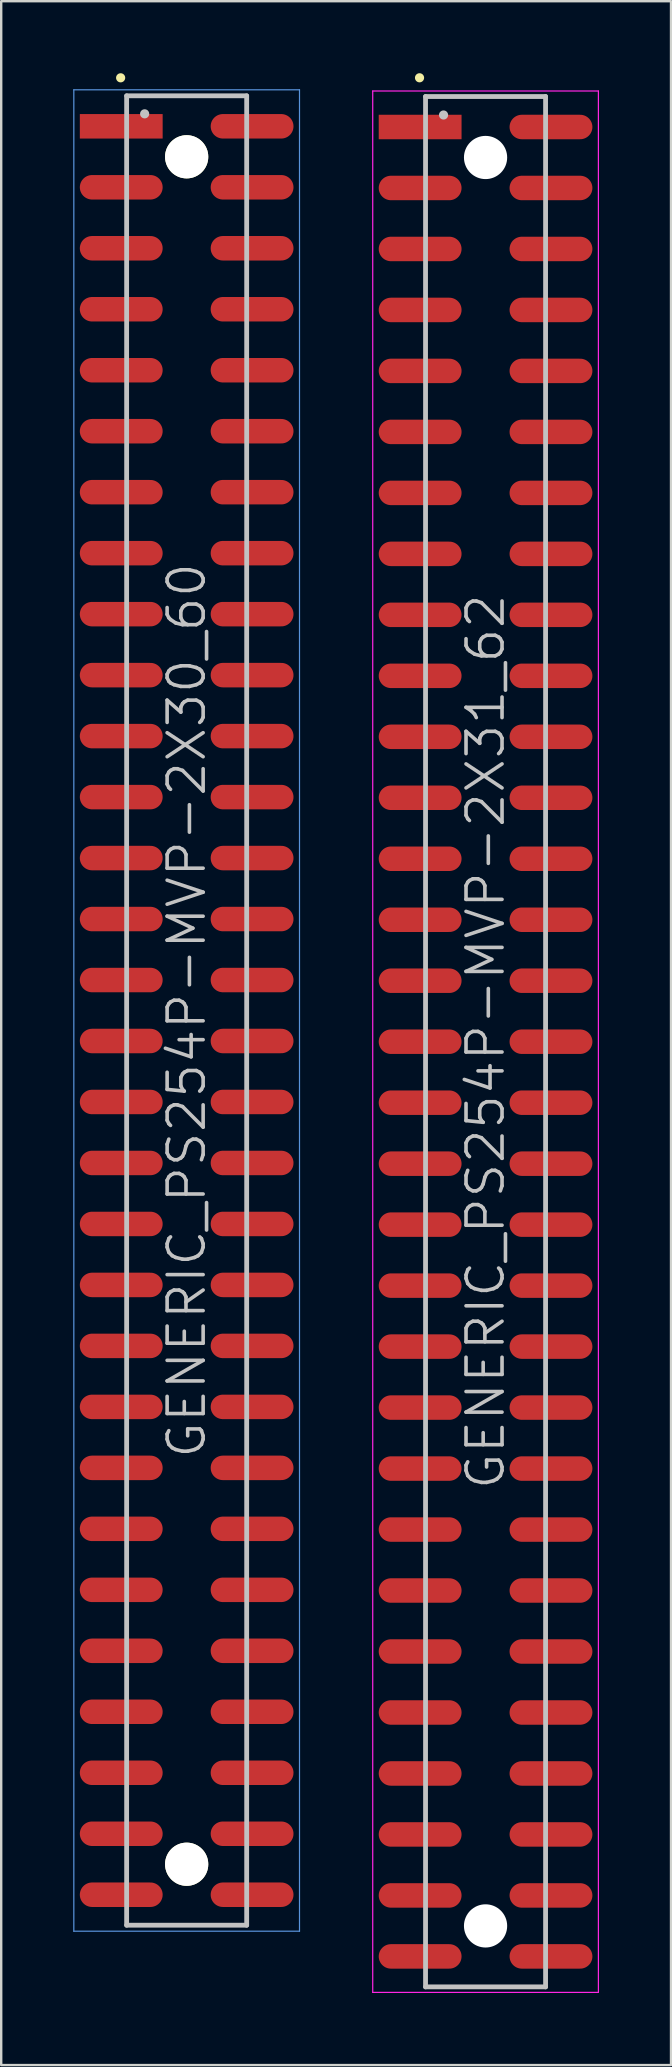
<source format=kicad_pcb>
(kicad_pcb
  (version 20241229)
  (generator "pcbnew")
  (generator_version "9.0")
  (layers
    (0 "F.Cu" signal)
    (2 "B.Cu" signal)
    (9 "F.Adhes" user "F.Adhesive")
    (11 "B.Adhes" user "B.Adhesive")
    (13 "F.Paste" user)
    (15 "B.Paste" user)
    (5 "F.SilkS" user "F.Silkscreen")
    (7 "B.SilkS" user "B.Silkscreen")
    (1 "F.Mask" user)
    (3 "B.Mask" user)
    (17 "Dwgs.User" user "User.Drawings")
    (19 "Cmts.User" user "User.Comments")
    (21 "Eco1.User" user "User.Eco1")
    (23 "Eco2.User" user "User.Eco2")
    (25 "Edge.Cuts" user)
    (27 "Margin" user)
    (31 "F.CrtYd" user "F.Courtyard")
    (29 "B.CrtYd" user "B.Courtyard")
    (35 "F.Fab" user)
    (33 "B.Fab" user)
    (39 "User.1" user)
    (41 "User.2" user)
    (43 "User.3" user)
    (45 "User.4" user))
  (footprint "GENERIC_PS254P-MVP-2X31_62"
    (layer "F.Cu")
    (at 17.175 40.34)
    (property "Reference" "GENERIC_PS254P-MVP-2X31_62" (at 0 0 90) (layer "Dwgs.User") (effects (font (size 1.5 1.5) (thickness 0.15))))
    (attr smd)
    (fp_line (start -2.75 -40.15) (end -2.75 -40.15) (stroke (width 0.381) (type solid)) (layer "F.SilkS"))
    (fp_line (start -2.5 -39.37) (end -2.5 39.37) (stroke (width 0.2) (type solid)) (layer "Dwgs.User"))
    (fp_line (start -2.5 -39.37) (end 2.5 -39.37) (stroke (width 0.2) (type solid)) (layer "Dwgs.User"))
    (fp_line (start -2.5 39.37) (end 2.5 39.37) (stroke (width 0.2) (type solid)) (layer "Dwgs.User"))
    (fp_line (start -1.75 -38.6) (end -1.75 -38.6) (stroke (width 0.381) (type solid)) (layer "Dwgs.User"))
    (fp_line (start 2.5 -39.37) (end 2.5 39.37) (stroke (width 0.2) (type solid)) (layer "Dwgs.User"))
    (fp_line (start -4.7 -39.6) (end -4.7 39.6) (stroke (width 0.05) (type solid)) (layer "F.CrtYd"))
    (fp_line (start -4.7 -39.6) (end 4.7 -39.6) (stroke (width 0.05) (type solid)) (layer "F.CrtYd"))
    (fp_line (start -4.7 39.6) (end 4.7 39.6) (stroke (width 0.05) (type solid)) (layer "F.CrtYd"))
    (fp_line (start 4.7 -39.6) (end 4.7 39.6) (stroke (width 0.05) (type solid)) (layer "F.CrtYd"))
    (pad "" np_thru_hole circle (at 0 -36.83 270) (size 1.8 1.8) (drill 1.8) (layers "*.Cu" "*.Mask"))
    (pad "" np_thru_hole circle (at 0 36.83 270) (size 1.8 1.8) (drill 1.8) (layers "*.Cu" "*.Mask"))
    (pad "1" smd rect (at -2.725 -38.1 270) (size 1.02 3.45) (layers "F.Cu" "F.Mask" "F.Paste"))
    (pad "2" smd oval (at 2.725 -38.1 270) (size 1.02 3.45) (layers "F.Cu" "F.Mask" "F.Paste"))
    (pad "3" smd oval (at -2.725 -35.56 270) (size 1.02 3.45) (layers "F.Cu" "F.Mask" "F.Paste"))
    (pad "4" smd oval (at 2.725 -35.56 270) (size 1.02 3.45) (layers "F.Cu" "F.Mask" "F.Paste"))
    (pad "5" smd oval (at -2.725 -33.02 270) (size 1.02 3.45) (layers "F.Cu" "F.Mask" "F.Paste"))
    (pad "6" smd oval (at 2.725 -33.02 270) (size 1.02 3.45) (layers "F.Cu" "F.Mask" "F.Paste"))
    (pad "7" smd oval (at -2.725 -30.48 270) (size 1.02 3.45) (layers "F.Cu" "F.Mask" "F.Paste"))
    (pad "8" smd oval (at 2.725 -30.48 270) (size 1.02 3.45) (layers "F.Cu" "F.Mask" "F.Paste"))
    (pad "9" smd oval (at -2.725 -27.94 270) (size 1.02 3.45) (layers "F.Cu" "F.Mask" "F.Paste"))
    (pad "10" smd oval (at 2.725 -27.94 270) (size 1.02 3.45) (layers "F.Cu" "F.Mask" "F.Paste"))
    (pad "11" smd oval (at -2.725 -25.4 270) (size 1.02 3.45) (layers "F.Cu" "F.Mask" "F.Paste"))
    (pad "12" smd oval (at 2.725 -25.4 270) (size 1.02 3.45) (layers "F.Cu" "F.Mask" "F.Paste"))
    (pad "13" smd oval (at -2.725 -22.86 270) (size 1.02 3.45) (layers "F.Cu" "F.Mask" "F.Paste"))
    (pad "14" smd oval (at 2.725 -22.86 270) (size 1.02 3.45) (layers "F.Cu" "F.Mask" "F.Paste"))
    (pad "15" smd oval (at -2.725 -20.32 270) (size 1.02 3.45) (layers "F.Cu" "F.Mask" "F.Paste"))
    (pad "16" smd oval (at 2.725 -20.32 270) (size 1.02 3.45) (layers "F.Cu" "F.Mask" "F.Paste"))
    (pad "17" smd oval (at -2.725 -17.78 270) (size 1.02 3.45) (layers "F.Cu" "F.Mask" "F.Paste"))
    (pad "18" smd oval (at 2.725 -17.78 270) (size 1.02 3.45) (layers "F.Cu" "F.Mask" "F.Paste"))
    (pad "19" smd oval (at -2.725 -15.24 270) (size 1.02 3.45) (layers "F.Cu" "F.Mask" "F.Paste"))
    (pad "20" smd oval (at 2.725 -15.24 270) (size 1.02 3.45) (layers "F.Cu" "F.Mask" "F.Paste"))
    (pad "21" smd oval (at -2.725 -12.7 270) (size 1.02 3.45) (layers "F.Cu" "F.Mask" "F.Paste"))
    (pad "22" smd oval (at 2.725 -12.7 270) (size 1.02 3.45) (layers "F.Cu" "F.Mask" "F.Paste"))
    (pad "23" smd oval (at -2.725 -10.16 270) (size 1.02 3.45) (layers "F.Cu" "F.Mask" "F.Paste"))
    (pad "24" smd oval (at 2.725 -10.16 270) (size 1.02 3.45) (layers "F.Cu" "F.Mask" "F.Paste"))
    (pad "25" smd oval (at -2.725 -7.62 270) (size 1.02 3.45) (layers "F.Cu" "F.Mask" "F.Paste"))
    (pad "26" smd oval (at 2.725 -7.62 270) (size 1.02 3.45) (layers "F.Cu" "F.Mask" "F.Paste"))
    (pad "27" smd oval (at -2.725 -5.08 270) (size 1.02 3.45) (layers "F.Cu" "F.Mask" "F.Paste"))
    (pad "28" smd oval (at 2.725 -5.08 270) (size 1.02 3.45) (layers "F.Cu" "F.Mask" "F.Paste"))
    (pad "29" smd oval (at -2.725 -2.54 270) (size 1.02 3.45) (layers "F.Cu" "F.Mask" "F.Paste"))
    (pad "30" smd oval (at 2.725 -2.54 270) (size 1.02 3.45) (layers "F.Cu" "F.Mask" "F.Paste"))
    (pad "31" smd oval (at -2.725 0 270) (size 1.02 3.45) (layers "F.Cu" "F.Mask" "F.Paste"))
    (pad "32" smd oval (at 2.725 0 270) (size 1.02 3.45) (layers "F.Cu" "F.Mask" "F.Paste"))
    (pad "33" smd oval (at -2.725 2.54 270) (size 1.02 3.45) (layers "F.Cu" "F.Mask" "F.Paste"))
    (pad "34" smd oval (at 2.725 2.54 270) (size 1.02 3.45) (layers "F.Cu" "F.Mask" "F.Paste"))
    (pad "35" smd oval (at -2.725 5.08 270) (size 1.02 3.45) (layers "F.Cu" "F.Mask" "F.Paste"))
    (pad "36" smd oval (at 2.725 5.08 270) (size 1.02 3.45) (layers "F.Cu" "F.Mask" "F.Paste"))
    (pad "37" smd oval (at -2.725 7.62 270) (size 1.02 3.45) (layers "F.Cu" "F.Mask" "F.Paste"))
    (pad "38" smd oval (at 2.725 7.62 270) (size 1.02 3.45) (layers "F.Cu" "F.Mask" "F.Paste"))
    (pad "39" smd oval (at -2.725 10.16 270) (size 1.02 3.45) (layers "F.Cu" "F.Mask" "F.Paste"))
    (pad "40" smd oval (at 2.725 10.16 270) (size 1.02 3.45) (layers "F.Cu" "F.Mask" "F.Paste"))
    (pad "41" smd oval (at -2.725 12.7 270) (size 1.02 3.45) (layers "F.Cu" "F.Mask" "F.Paste"))
    (pad "42" smd oval (at 2.725 12.7 270) (size 1.02 3.45) (layers "F.Cu" "F.Mask" "F.Paste"))
    (pad "43" smd oval (at -2.725 15.24 270) (size 1.02 3.45) (layers "F.Cu" "F.Mask" "F.Paste"))
    (pad "44" smd oval (at 2.725 15.24 270) (size 1.02 3.45) (layers "F.Cu" "F.Mask" "F.Paste"))
    (pad "45" smd oval (at -2.725 17.78 270) (size 1.02 3.45) (layers "F.Cu" "F.Mask" "F.Paste"))
    (pad "46" smd oval (at 2.725 17.78 270) (size 1.02 3.45) (layers "F.Cu" "F.Mask" "F.Paste"))
    (pad "47" smd oval (at -2.725 20.32 270) (size 1.02 3.45) (layers "F.Cu" "F.Mask" "F.Paste"))
    (pad "48" smd oval (at 2.725 20.32 270) (size 1.02 3.45) (layers "F.Cu" "F.Mask" "F.Paste"))
    (pad "49" smd oval (at -2.725 22.86 270) (size 1.02 3.45) (layers "F.Cu" "F.Mask" "F.Paste"))
    (pad "50" smd oval (at 2.725 22.86 270) (size 1.02 3.45) (layers "F.Cu" "F.Mask" "F.Paste"))
    (pad "51" smd oval (at -2.725 25.4 270) (size 1.02 3.45) (layers "F.Cu" "F.Mask" "F.Paste"))
    (pad "52" smd oval (at 2.725 25.4 270) (size 1.02 3.45) (layers "F.Cu" "F.Mask" "F.Paste"))
    (pad "53" smd oval (at -2.725 27.94 270) (size 1.02 3.45) (layers "F.Cu" "F.Mask" "F.Paste"))
    (pad "54" smd oval (at 2.725 27.94 270) (size 1.02 3.45) (layers "F.Cu" "F.Mask" "F.Paste"))
    (pad "55" smd oval (at -2.725 30.48 270) (size 1.02 3.45) (layers "F.Cu" "F.Mask" "F.Paste"))
    (pad "56" smd oval (at 2.725 30.48 270) (size 1.02 3.45) (layers "F.Cu" "F.Mask" "F.Paste"))
    (pad "57" smd oval (at -2.725 33.02 270) (size 1.02 3.45) (layers "F.Cu" "F.Mask" "F.Paste"))
    (pad "58" smd oval (at 2.725 33.02 270) (size 1.02 3.45) (layers "F.Cu" "F.Mask" "F.Paste"))
    (pad "59" smd oval (at -2.725 35.56 270) (size 1.02 3.45) (layers "F.Cu" "F.Mask" "F.Paste"))
    (pad "60" smd oval (at 2.725 35.56 270) (size 1.02 3.45) (layers "F.Cu" "F.Mask" "F.Paste"))
    (pad "61" smd oval (at -2.725 38.1 270) (size 1.02 3.45) (layers "F.Cu" "F.Mask" "F.Paste"))
    (pad "62" smd oval (at 2.725 38.1 270) (size 1.02 3.45) (layers "F.Cu" "F.Mask" "F.Paste")))
  (footprint "GENERIC_PS254P-MVP-2X30_60"
    (layer "F.Cu")
    (at 4.725 39.041)
    (property "Reference" "GENERIC_PS254P-MVP-2X30_60" (at 0 0 90) (layer "Dwgs.User") (effects (font (size 1.5 1.5) (thickness 0.15))))
    (attr smd)
    (fp_line (start -2.75 -38.85) (end -2.75 -38.85) (stroke (width 0.381) (type solid)) (layer "F.SilkS"))
    (fp_line (start -2.5 -38.1) (end -2.5 38.1) (stroke (width 0.2) (type solid)) (layer "Dwgs.User"))
    (fp_line (start -2.5 -38.1) (end 2.5 -38.1) (stroke (width 0.2) (type solid)) (layer "Dwgs.User"))
    (fp_line (start -2.5 38.1) (end 2.5 38.1) (stroke (width 0.2) (type solid)) (layer "Dwgs.User"))
    (fp_line (start -1.75 -37.35) (end -1.75 -37.35) (stroke (width 0.381) (type solid)) (layer "Dwgs.User"))
    (fp_line (start 2.5 -38.1) (end 2.5 38.1) (stroke (width 0.2) (type solid)) (layer "Dwgs.User"))
    (fp_line (start -4.7 -38.35) (end -4.7 38.35) (stroke (width 0.05) (type solid)) (layer "Cmts.User"))
    (fp_line (start -4.7 -38.35) (end 4.7 -38.35) (stroke (width 0.05) (type solid)) (layer "Cmts.User"))
    (fp_line (start -4.7 38.35) (end 4.7 38.35) (stroke (width 0.05) (type solid)) (layer "Cmts.User"))
    (fp_line (start 4.7 -38.35) (end 4.7 38.35) (stroke (width 0.05) (type solid)) (layer "Cmts.User"))
    (pad "" np_thru_hole circle (at 0 -35.56 270) (size 1.8 1.8) (drill 1.8) (layers "*.Cu" "*.Mask" "F.SilkS"))
    (pad "" np_thru_hole circle (at 0 35.56 270) (size 1.8 1.8) (drill 1.8) (layers "*.Cu" "*.Mask" "F.SilkS"))
    (pad "1" smd rect (at -2.725 -36.83 270) (size 1.02 3.45) (layers "F.Cu" "F.Mask" "F.Paste"))
    (pad "2" smd oval (at 2.725 -36.83 270) (size 1.02 3.45) (layers "F.Cu" "F.Mask" "F.Paste"))
    (pad "3" smd oval (at -2.725 -34.29 270) (size 1.02 3.45) (layers "F.Cu" "F.Mask" "F.Paste"))
    (pad "4" smd oval (at 2.725 -34.29 270) (size 1.02 3.45) (layers "F.Cu" "F.Mask" "F.Paste"))
    (pad "5" smd oval (at -2.725 -31.75 270) (size 1.02 3.45) (layers "F.Cu" "F.Mask" "F.Paste"))
    (pad "6" smd oval (at 2.725 -31.75 270) (size 1.02 3.45) (layers "F.Cu" "F.Mask" "F.Paste"))
    (pad "7" smd oval (at -2.725 -29.21 270) (size 1.02 3.45) (layers "F.Cu" "F.Mask" "F.Paste"))
    (pad "8" smd oval (at 2.725 -29.21 270) (size 1.02 3.45) (layers "F.Cu" "F.Mask" "F.Paste"))
    (pad "9" smd oval (at -2.725 -26.67 270) (size 1.02 3.45) (layers "F.Cu" "F.Mask" "F.Paste"))
    (pad "10" smd oval (at 2.725 -26.67 270) (size 1.02 3.45) (layers "F.Cu" "F.Mask" "F.Paste"))
    (pad "11" smd oval (at -2.725 -24.13 270) (size 1.02 3.45) (layers "F.Cu" "F.Mask" "F.Paste"))
    (pad "12" smd oval (at 2.725 -24.13 270) (size 1.02 3.45) (layers "F.Cu" "F.Mask" "F.Paste"))
    (pad "13" smd oval (at -2.725 -21.59 270) (size 1.02 3.45) (layers "F.Cu" "F.Mask" "F.Paste"))
    (pad "14" smd oval (at 2.725 -21.59 270) (size 1.02 3.45) (layers "F.Cu" "F.Mask" "F.Paste"))
    (pad "15" smd oval (at -2.725 -19.05 270) (size 1.02 3.45) (layers "F.Cu" "F.Mask" "F.Paste"))
    (pad "16" smd oval (at 2.725 -19.05 270) (size 1.02 3.45) (layers "F.Cu" "F.Mask" "F.Paste"))
    (pad "17" smd oval (at -2.725 -16.51 270) (size 1.02 3.45) (layers "F.Cu" "F.Mask" "F.Paste"))
    (pad "18" smd oval (at 2.725 -16.51 270) (size 1.02 3.45) (layers "F.Cu" "F.Mask" "F.Paste"))
    (pad "19" smd oval (at -2.725 -13.97 270) (size 1.02 3.45) (layers "F.Cu" "F.Mask" "F.Paste"))
    (pad "20" smd oval (at 2.725 -13.97 270) (size 1.02 3.45) (layers "F.Cu" "F.Mask" "F.Paste"))
    (pad "21" smd oval (at -2.725 -11.43 270) (size 1.02 3.45) (layers "F.Cu" "F.Mask" "F.Paste"))
    (pad "22" smd oval (at 2.725 -11.43 270) (size 1.02 3.45) (layers "F.Cu" "F.Mask" "F.Paste"))
    (pad "23" smd oval (at -2.725 -8.89 270) (size 1.02 3.45) (layers "F.Cu" "F.Mask" "F.Paste"))
    (pad "24" smd oval (at 2.725 -8.89 270) (size 1.02 3.45) (layers "F.Cu" "F.Mask" "F.Paste"))
    (pad "25" smd oval (at -2.725 -6.35 270) (size 1.02 3.45) (layers "F.Cu" "F.Mask" "F.Paste"))
    (pad "26" smd oval (at 2.725 -6.35 270) (size 1.02 3.45) (layers "F.Cu" "F.Mask" "F.Paste"))
    (pad "27" smd oval (at -2.725 -3.81 270) (size 1.02 3.45) (layers "F.Cu" "F.Mask" "F.Paste"))
    (pad "28" smd oval (at 2.725 -3.81 270) (size 1.02 3.45) (layers "F.Cu" "F.Mask" "F.Paste"))
    (pad "29" smd oval (at -2.725 -1.27 270) (size 1.02 3.45) (layers "F.Cu" "F.Mask" "F.Paste"))
    (pad "30" smd oval (at 2.725 -1.27 270) (size 1.02 3.45) (layers "F.Cu" "F.Mask" "F.Paste"))
    (pad "31" smd oval (at -2.725 1.27 270) (size 1.02 3.45) (layers "F.Cu" "F.Mask" "F.Paste"))
    (pad "32" smd oval (at 2.725 1.27 270) (size 1.02 3.45) (layers "F.Cu" "F.Mask" "F.Paste"))
    (pad "33" smd oval (at -2.725 3.81 270) (size 1.02 3.45) (layers "F.Cu" "F.Mask" "F.Paste"))
    (pad "34" smd oval (at 2.725 3.81 270) (size 1.02 3.45) (layers "F.Cu" "F.Mask" "F.Paste"))
    (pad "35" smd oval (at -2.725 6.35 270) (size 1.02 3.45) (layers "F.Cu" "F.Mask" "F.Paste"))
    (pad "36" smd oval (at 2.725 6.35 270) (size 1.02 3.45) (layers "F.Cu" "F.Mask" "F.Paste"))
    (pad "37" smd oval (at -2.725 8.89 270) (size 1.02 3.45) (layers "F.Cu" "F.Mask" "F.Paste"))
    (pad "38" smd oval (at 2.725 8.89 270) (size 1.02 3.45) (layers "F.Cu" "F.Mask" "F.Paste"))
    (pad "39" smd oval (at -2.725 11.43 270) (size 1.02 3.45) (layers "F.Cu" "F.Mask" "F.Paste"))
    (pad "40" smd oval (at 2.725 11.43 270) (size 1.02 3.45) (layers "F.Cu" "F.Mask" "F.Paste"))
    (pad "41" smd oval (at -2.725 13.97 270) (size 1.02 3.45) (layers "F.Cu" "F.Mask" "F.Paste"))
    (pad "42" smd oval (at 2.725 13.97 270) (size 1.02 3.45) (layers "F.Cu" "F.Mask" "F.Paste"))
    (pad "43" smd oval (at -2.725 16.51 270) (size 1.02 3.45) (layers "F.Cu" "F.Mask" "F.Paste"))
    (pad "44" smd oval (at 2.725 16.51 270) (size 1.02 3.45) (layers "F.Cu" "F.Mask" "F.Paste"))
    (pad "45" smd oval (at -2.725 19.05 270) (size 1.02 3.45) (layers "F.Cu" "F.Mask" "F.Paste"))
    (pad "46" smd oval (at 2.725 19.05 270) (size 1.02 3.45) (layers "F.Cu" "F.Mask" "F.Paste"))
    (pad "47" smd oval (at -2.725 21.59 270) (size 1.02 3.45) (layers "F.Cu" "F.Mask" "F.Paste"))
    (pad "48" smd oval (at 2.725 21.59 270) (size 1.02 3.45) (layers "F.Cu" "F.Mask" "F.Paste"))
    (pad "49" smd oval (at -2.725 24.13 270) (size 1.02 3.45) (layers "F.Cu" "F.Mask" "F.Paste"))
    (pad "50" smd oval (at 2.725 24.13 270) (size 1.02 3.45) (layers "F.Cu" "F.Mask" "F.Paste"))
    (pad "51" smd oval (at -2.725 26.67 270) (size 1.02 3.45) (layers "F.Cu" "F.Mask" "F.Paste"))
    (pad "52" smd oval (at 2.725 26.67 270) (size 1.02 3.45) (layers "F.Cu" "F.Mask" "F.Paste"))
    (pad "53" smd oval (at -2.725 29.21 270) (size 1.02 3.45) (layers "F.Cu" "F.Mask" "F.Paste"))
    (pad "54" smd oval (at 2.725 29.21 270) (size 1.02 3.45) (layers "F.Cu" "F.Mask" "F.Paste"))
    (pad "55" smd oval (at -2.725 31.75 270) (size 1.02 3.45) (layers "F.Cu" "F.Mask" "F.Paste"))
    (pad "56" smd oval (at 2.725 31.75 270) (size 1.02 3.45) (layers "F.Cu" "F.Mask" "F.Paste"))
    (pad "57" smd oval (at -2.725 34.29 270) (size 1.02 3.45) (layers "F.Cu" "F.Mask" "F.Paste"))
    (pad "58" smd oval (at 2.725 34.29 270) (size 1.02 3.45) (layers "F.Cu" "F.Mask" "F.Paste"))
    (pad "59" smd oval (at -2.725 36.83 270) (size 1.02 3.45) (layers "F.Cu" "F.Mask" "F.Paste"))
    (pad "60" smd oval (at 2.725 36.83 270) (size 1.02 3.45) (layers "F.Cu" "F.Mask" "F.Paste")))
  (gr_rect
    (start -3 -3)
    (end 24.9 82.966)
    (stroke (width 0.1) (type default))
    (fill no)
    (layer "Edge.Cuts")))
</source>
